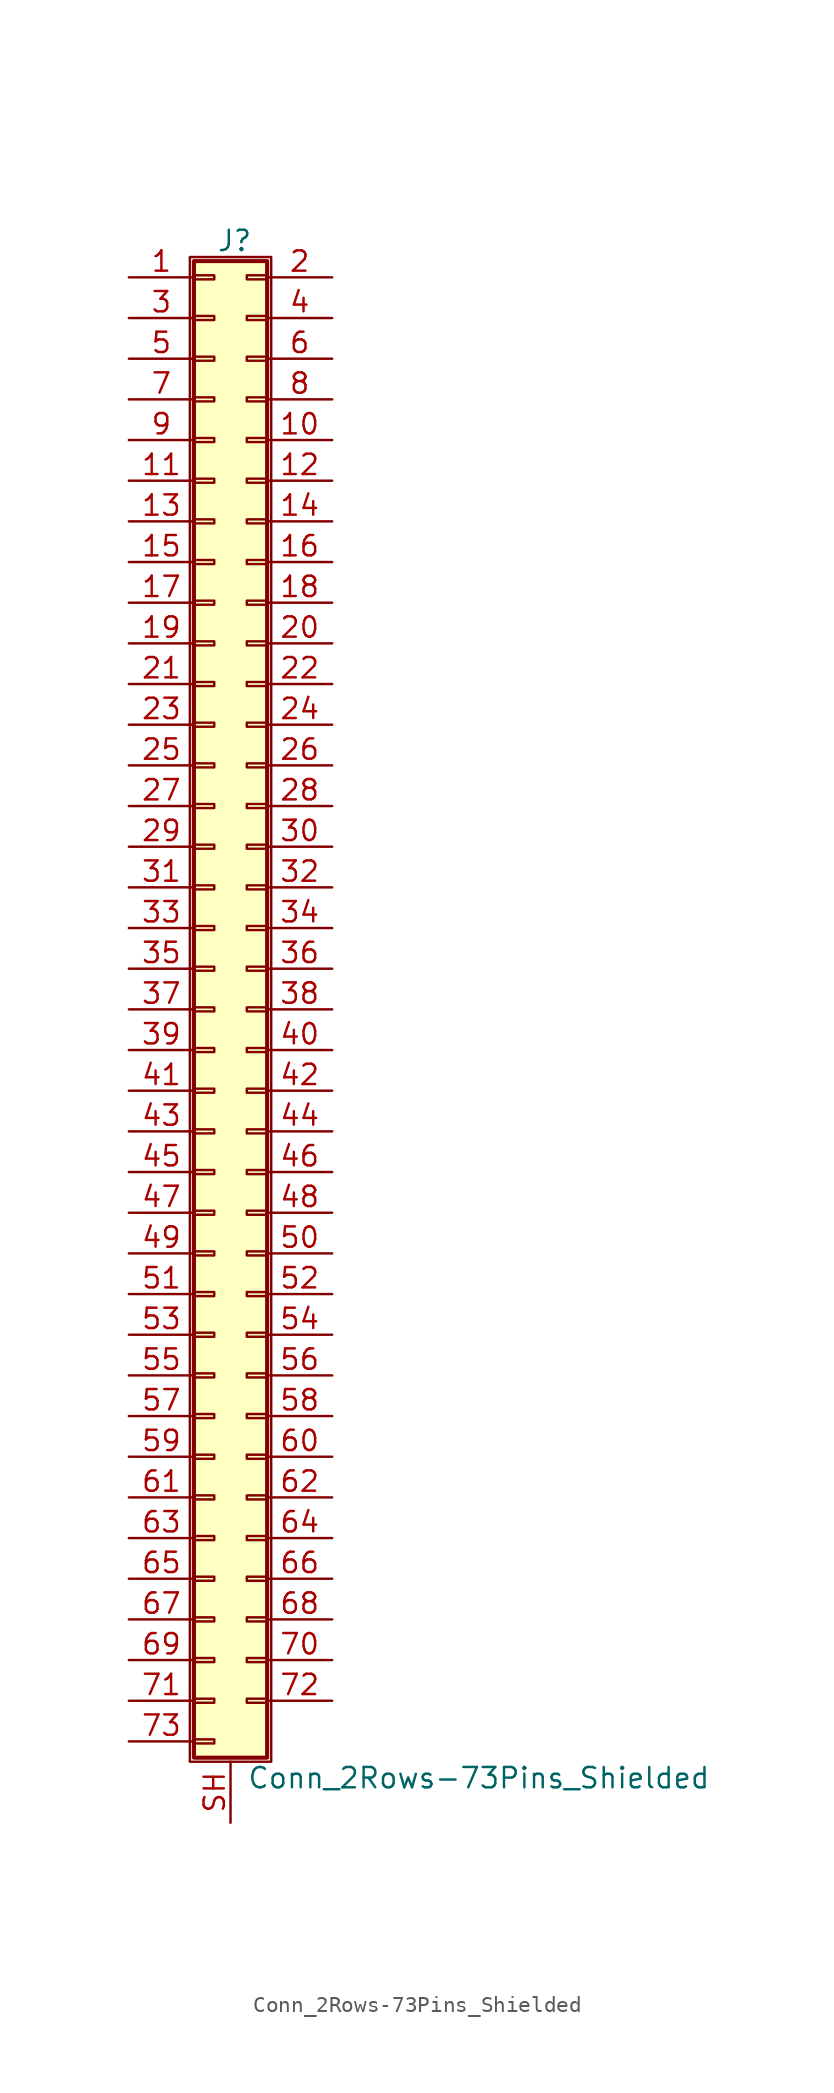
<source format=kicad_sym>
(kicad_symbol_lib
  (version 20201005)
  (generator kicad_symbol_editor)
  (symbol "Conn_2Rows-73Pins_Shielded"
    (pin_names
      (offset 1.016) hide)
    (property "Reference" "J"
      (at 1.524 48.006 0)
      (effects (font (size 1.27 1.27))))
    (property "Value" "Conn_2Rows-73Pins_Shielded"
      (at 2.286 -48.006 0)
      (effects (font (size 1.27 1.27)) (justify left)))
    (symbol "Conn_2Rows-73Pins_Shielded_1_1"
      (rectangle (start -1.27 46.99) (end 3.81 -46.99) (stroke (width 0.152)) (fill (type none)))
      (rectangle (start -1.016 -45.593) (end 0.254 -45.847) (stroke (width 0.152)) (fill (type none)))
      (rectangle (start -1.016 -43.053) (end 0.254 -43.307) (stroke (width 0.152)) (fill (type none)))
      (rectangle (start -1.016 -40.513) (end 0.254 -40.767) (stroke (width 0.152)) (fill (type none)))
      (rectangle (start -1.016 -37.973) (end 0.254 -38.227) (stroke (width 0.152)) (fill (type none)))
      (rectangle (start -1.016 -35.433) (end 0.254 -35.687) (stroke (width 0.152)) (fill (type none)))
      (rectangle (start -1.016 -32.893) (end 0.254 -33.147) (stroke (width 0.152)) (fill (type none)))
      (rectangle (start -1.016 -30.353) (end 0.254 -30.607) (stroke (width 0.152)) (fill (type none)))
      (rectangle (start -1.016 -27.813) (end 0.254 -28.067) (stroke (width 0.152)) (fill (type none)))
      (rectangle (start -1.016 -25.273) (end 0.254 -25.527) (stroke (width 0.152)) (fill (type none)))
      (rectangle (start -1.016 -22.733) (end 0.254 -22.987) (stroke (width 0.152)) (fill (type none)))
      (rectangle (start -1.016 -20.193) (end 0.254 -20.447) (stroke (width 0.152)) (fill (type none)))
      (rectangle (start -1.016 -17.653) (end 0.254 -17.907) (stroke (width 0.152)) (fill (type none)))
      (rectangle (start -1.016 -15.113) (end 0.254 -15.367) (stroke (width 0.152)) (fill (type none)))
      (rectangle (start -1.016 -12.573) (end 0.254 -12.827) (stroke (width 0.152)) (fill (type none)))
      (rectangle (start -1.016 -10.033) (end 0.254 -10.287) (stroke (width 0.152)) (fill (type none)))
      (rectangle (start -1.016 -7.493) (end 0.254 -7.747) (stroke (width 0.152)) (fill (type none)))
      (rectangle (start -1.016 -4.953) (end 0.254 -5.207) (stroke (width 0.152)) (fill (type none)))
      (rectangle (start -1.016 -2.413) (end 0.254 -2.667) (stroke (width 0.152)) (fill (type none)))
      (rectangle (start -1.016 0.127) (end 0.254 -0.127) (stroke (width 0.152)) (fill (type none)))
      (rectangle (start -1.016 2.667) (end 0.254 2.413) (stroke (width 0.152)) (fill (type none)))
      (rectangle (start -1.016 5.207) (end 0.254 4.953) (stroke (width 0.152)) (fill (type none)))
      (rectangle (start -1.016 7.747) (end 0.254 7.493) (stroke (width 0.152)) (fill (type none)))
      (rectangle (start -1.016 10.287) (end 0.254 10.033) (stroke (width 0.152)) (fill (type none)))
      (rectangle (start -1.016 12.827) (end 0.254 12.573) (stroke (width 0.152)) (fill (type none)))
      (rectangle (start -1.016 15.367) (end 0.254 15.113) (stroke (width 0.152)) (fill (type none)))
      (rectangle (start -1.016 17.907) (end 0.254 17.653) (stroke (width 0.152)) (fill (type none)))
      (rectangle (start -1.016 20.447) (end 0.254 20.193) (stroke (width 0.152)) (fill (type none)))
      (rectangle (start -1.016 22.987) (end 0.254 22.733) (stroke (width 0.152)) (fill (type none)))
      (rectangle (start -1.016 25.527) (end 0.254 25.273) (stroke (width 0.152)) (fill (type none)))
      (rectangle (start -1.016 28.067) (end 0.254 27.813) (stroke (width 0.152)) (fill (type none)))
      (rectangle (start -1.016 30.607) (end 0.254 30.353) (stroke (width 0.152)) (fill (type none)))
      (rectangle (start -1.016 33.147) (end 0.254 32.893) (stroke (width 0.152)) (fill (type none)))
      (rectangle (start -1.016 35.687) (end 0.254 35.433) (stroke (width 0.152)) (fill (type none)))
      (rectangle (start -1.016 38.227) (end 0.254 37.973) (stroke (width 0.152)) (fill (type none)))
      (rectangle (start -1.016 40.767) (end 0.254 40.513) (stroke (width 0.152)) (fill (type none)))
      (rectangle (start -1.016 43.307) (end 0.254 43.053) (stroke (width 0.152)) (fill (type none)))
      (rectangle (start -1.016 45.847) (end 0.254 45.593) (stroke (width 0.152)) (fill (type none)))
      (rectangle (start 3.556 -43.053) (end 2.286 -43.307) (stroke (width 0.152)) (fill (type none)))
      (rectangle (start 3.556 -40.513) (end 2.286 -40.767) (stroke (width 0.152)) (fill (type none)))
      (rectangle (start 3.556 -37.973) (end 2.286 -38.227) (stroke (width 0.152)) (fill (type none)))
      (rectangle (start 3.556 -35.433) (end 2.286 -35.687) (stroke (width 0.152)) (fill (type none)))
      (rectangle (start 3.556 -32.893) (end 2.286 -33.147) (stroke (width 0.152)) (fill (type none)))
      (rectangle (start 3.556 -30.353) (end 2.286 -30.607) (stroke (width 0.152)) (fill (type none)))
      (rectangle (start 3.556 -27.813) (end 2.286 -28.067) (stroke (width 0.152)) (fill (type none)))
      (rectangle (start 3.556 -25.273) (end 2.286 -25.527) (stroke (width 0.152)) (fill (type none)))
      (rectangle (start 3.556 -22.733) (end 2.286 -22.987) (stroke (width 0.152)) (fill (type none)))
      (rectangle (start 3.556 -20.193) (end 2.286 -20.447) (stroke (width 0.152)) (fill (type none)))
      (rectangle (start 3.556 -17.653) (end 2.286 -17.907) (stroke (width 0.152)) (fill (type none)))
      (rectangle (start 3.556 -15.113) (end 2.286 -15.367) (stroke (width 0.152)) (fill (type none)))
      (rectangle (start 3.556 -12.573) (end 2.286 -12.827) (stroke (width 0.152)) (fill (type none)))
      (rectangle (start 3.556 -10.033) (end 2.286 -10.287) (stroke (width 0.152)) (fill (type none)))
      (rectangle (start 3.556 -7.493) (end 2.286 -7.747) (stroke (width 0.152)) (fill (type none)))
      (rectangle (start 3.556 -4.953) (end 2.286 -5.207) (stroke (width 0.152)) (fill (type none)))
      (rectangle (start 3.556 -2.413) (end 2.286 -2.667) (stroke (width 0.152)) (fill (type none)))
      (rectangle (start 3.556 0.127) (end 2.286 -0.127) (stroke (width 0.152)) (fill (type none)))
      (rectangle (start 3.556 2.667) (end 2.286 2.413) (stroke (width 0.152)) (fill (type none)))
      (rectangle (start 3.556 5.207) (end 2.286 4.953) (stroke (width 0.152)) (fill (type none)))
      (rectangle (start 3.556 7.747) (end 2.286 7.493) (stroke (width 0.152)) (fill (type none)))
      (rectangle (start 3.556 10.287) (end 2.286 10.033) (stroke (width 0.152)) (fill (type none)))
      (rectangle (start 3.556 12.827) (end 2.286 12.573) (stroke (width 0.152)) (fill (type none)))
      (rectangle (start 3.556 15.367) (end 2.286 15.113) (stroke (width 0.152)) (fill (type none)))
      (rectangle (start 3.556 17.907) (end 2.286 17.653) (stroke (width 0.152)) (fill (type none)))
      (rectangle (start 3.556 20.447) (end 2.286 20.193) (stroke (width 0.152)) (fill (type none)))
      (rectangle (start 3.556 22.987) (end 2.286 22.733) (stroke (width 0.152)) (fill (type none)))
      (rectangle (start 3.556 25.527) (end 2.286 25.273) (stroke (width 0.152)) (fill (type none)))
      (rectangle (start 3.556 28.067) (end 2.286 27.813) (stroke (width 0.152)) (fill (type none)))
      (rectangle (start 3.556 30.607) (end 2.286 30.353) (stroke (width 0.152)) (fill (type none)))
      (rectangle (start 3.556 33.147) (end 2.286 32.893) (stroke (width 0.152)) (fill (type none)))
      (rectangle (start 3.556 35.687) (end 2.286 35.433) (stroke (width 0.152)) (fill (type none)))
      (rectangle (start 3.556 38.227) (end 2.286 37.973) (stroke (width 0.152)) (fill (type none)))
      (rectangle (start 3.556 40.767) (end 2.286 40.513) (stroke (width 0.152)) (fill (type none)))
      (rectangle (start 3.556 43.307) (end 2.286 43.053) (stroke (width 0.152)) (fill (type none)))
      (rectangle (start 3.556 45.847) (end 2.286 45.593) (stroke (width 0.152)) (fill (type none)))
      (rectangle (start -1.016 46.736) (end 3.556 -46.736) (stroke (width 0.254)) (fill (type background)))
      (pin passive line (at -5.08 45.72 0) (length 4.064) (name "Pin_1" (effects (font (size 1.27 1.27)))) (number "1" (effects (font (size 1.27 1.27)))))
      (pin passive line (at 7.62 35.56 180) (length 4.064) (name "Pin_10" (effects (font (size 1.27 1.27)))) (number "10" (effects (font (size 1.27 1.27)))))
      (pin passive line (at -5.08 33.02 0) (length 4.064) (name "Pin_11" (effects (font (size 1.27 1.27)))) (number "11" (effects (font (size 1.27 1.27)))))
      (pin passive line (at 7.62 33.02 180) (length 4.064) (name "Pin_12" (effects (font (size 1.27 1.27)))) (number "12" (effects (font (size 1.27 1.27)))))
      (pin passive line (at -5.08 30.48 0) (length 4.064) (name "Pin_13" (effects (font (size 1.27 1.27)))) (number "13" (effects (font (size 1.27 1.27)))))
      (pin passive line (at 7.62 30.48 180) (length 4.064) (name "Pin_14" (effects (font (size 1.27 1.27)))) (number "14" (effects (font (size 1.27 1.27)))))
      (pin passive line (at -5.08 27.94 0) (length 4.064) (name "Pin_15" (effects (font (size 1.27 1.27)))) (number "15" (effects (font (size 1.27 1.27)))))
      (pin passive line (at 7.62 27.94 180) (length 4.064) (name "Pin_16" (effects (font (size 1.27 1.27)))) (number "16" (effects (font (size 1.27 1.27)))))
      (pin passive line (at -5.08 25.4 0) (length 4.064) (name "Pin_17" (effects (font (size 1.27 1.27)))) (number "17" (effects (font (size 1.27 1.27)))))
      (pin passive line (at 7.62 25.4 180) (length 4.064) (name "Pin_18" (effects (font (size 1.27 1.27)))) (number "18" (effects (font (size 1.27 1.27)))))
      (pin passive line (at -5.08 22.86 0) (length 4.064) (name "Pin_19" (effects (font (size 1.27 1.27)))) (number "19" (effects (font (size 1.27 1.27)))))
      (pin passive line (at 7.62 45.72 180) (length 4.064) (name "Pin_2" (effects (font (size 1.27 1.27)))) (number "2" (effects (font (size 1.27 1.27)))))
      (pin passive line (at 7.62 22.86 180) (length 4.064) (name "Pin_20" (effects (font (size 1.27 1.27)))) (number "20" (effects (font (size 1.27 1.27)))))
      (pin passive line (at -5.08 20.32 0) (length 4.064) (name "Pin_21" (effects (font (size 1.27 1.27)))) (number "21" (effects (font (size 1.27 1.27)))))
      (pin passive line (at 7.62 20.32 180) (length 4.064) (name "Pin_22" (effects (font (size 1.27 1.27)))) (number "22" (effects (font (size 1.27 1.27)))))
      (pin passive line (at -5.08 17.78 0) (length 4.064) (name "Pin_23" (effects (font (size 1.27 1.27)))) (number "23" (effects (font (size 1.27 1.27)))))
      (pin passive line (at 7.62 17.78 180) (length 4.064) (name "Pin_24" (effects (font (size 1.27 1.27)))) (number "24" (effects (font (size 1.27 1.27)))))
      (pin passive line (at -5.08 15.24 0) (length 4.064) (name "Pin_25" (effects (font (size 1.27 1.27)))) (number "25" (effects (font (size 1.27 1.27)))))
      (pin passive line (at 7.62 15.24 180) (length 4.064) (name "Pin_26" (effects (font (size 1.27 1.27)))) (number "26" (effects (font (size 1.27 1.27)))))
      (pin passive line (at -5.08 12.7 0) (length 4.064) (name "Pin_27" (effects (font (size 1.27 1.27)))) (number "27" (effects (font (size 1.27 1.27)))))
      (pin passive line (at 7.62 12.7 180) (length 4.064) (name "Pin_28" (effects (font (size 1.27 1.27)))) (number "28" (effects (font (size 1.27 1.27)))))
      (pin passive line (at -5.08 10.16 0) (length 4.064) (name "Pin_29" (effects (font (size 1.27 1.27)))) (number "29" (effects (font (size 1.27 1.27)))))
      (pin passive line (at -5.08 43.18 0) (length 4.064) (name "Pin_3" (effects (font (size 1.27 1.27)))) (number "3" (effects (font (size 1.27 1.27)))))
      (pin passive line (at 7.62 10.16 180) (length 4.064) (name "Pin_30" (effects (font (size 1.27 1.27)))) (number "30" (effects (font (size 1.27 1.27)))))
      (pin passive line (at -5.08 7.62 0) (length 4.064) (name "Pin_31" (effects (font (size 1.27 1.27)))) (number "31" (effects (font (size 1.27 1.27)))))
      (pin passive line (at 7.62 7.62 180) (length 4.064) (name "Pin_32" (effects (font (size 1.27 1.27)))) (number "32" (effects (font (size 1.27 1.27)))))
      (pin passive line (at -5.08 5.08 0) (length 4.064) (name "Pin_33" (effects (font (size 1.27 1.27)))) (number "33" (effects (font (size 1.27 1.27)))))
      (pin passive line (at 7.62 5.08 180) (length 4.064) (name "Pin_34" (effects (font (size 1.27 1.27)))) (number "34" (effects (font (size 1.27 1.27)))))
      (pin passive line (at -5.08 2.54 0) (length 4.064) (name "Pin_35" (effects (font (size 1.27 1.27)))) (number "35" (effects (font (size 1.27 1.27)))))
      (pin passive line (at 7.62 2.54 180) (length 4.064) (name "Pin_36" (effects (font (size 1.27 1.27)))) (number "36" (effects (font (size 1.27 1.27)))))
      (pin passive line (at -5.08 0 0) (length 4.064) (name "Pin_37" (effects (font (size 1.27 1.27)))) (number "37" (effects (font (size 1.27 1.27)))))
      (pin passive line (at 7.62 0 180) (length 4.064) (name "Pin_38" (effects (font (size 1.27 1.27)))) (number "38" (effects (font (size 1.27 1.27)))))
      (pin passive line (at -5.08 -2.54 0) (length 4.064) (name "Pin_39" (effects (font (size 1.27 1.27)))) (number "39" (effects (font (size 1.27 1.27)))))
      (pin passive line (at 7.62 43.18 180) (length 4.064) (name "Pin_4" (effects (font (size 1.27 1.27)))) (number "4" (effects (font (size 1.27 1.27)))))
      (pin passive line (at 7.62 -2.54 180) (length 4.064) (name "Pin_40" (effects (font (size 1.27 1.27)))) (number "40" (effects (font (size 1.27 1.27)))))
      (pin passive line (at -5.08 -5.08 0) (length 4.064) (name "Pin_41" (effects (font (size 1.27 1.27)))) (number "41" (effects (font (size 1.27 1.27)))))
      (pin passive line (at 7.62 -5.08 180) (length 4.064) (name "Pin_42" (effects (font (size 1.27 1.27)))) (number "42" (effects (font (size 1.27 1.27)))))
      (pin passive line (at -5.08 -7.62 0) (length 4.064) (name "Pin_43" (effects (font (size 1.27 1.27)))) (number "43" (effects (font (size 1.27 1.27)))))
      (pin passive line (at 7.62 -7.62 180) (length 4.064) (name "Pin_44" (effects (font (size 1.27 1.27)))) (number "44" (effects (font (size 1.27 1.27)))))
      (pin passive line (at -5.08 -10.16 0) (length 4.064) (name "Pin_45" (effects (font (size 1.27 1.27)))) (number "45" (effects (font (size 1.27 1.27)))))
      (pin passive line (at 7.62 -10.16 180) (length 4.064) (name "Pin_46" (effects (font (size 1.27 1.27)))) (number "46" (effects (font (size 1.27 1.27)))))
      (pin passive line (at -5.08 -12.7 0) (length 4.064) (name "Pin_47" (effects (font (size 1.27 1.27)))) (number "47" (effects (font (size 1.27 1.27)))))
      (pin passive line (at 7.62 -12.7 180) (length 4.064) (name "Pin_48" (effects (font (size 1.27 1.27)))) (number "48" (effects (font (size 1.27 1.27)))))
      (pin passive line (at -5.08 -15.24 0) (length 4.064) (name "Pin_49" (effects (font (size 1.27 1.27)))) (number "49" (effects (font (size 1.27 1.27)))))
      (pin passive line (at -5.08 40.64 0) (length 4.064) (name "Pin_5" (effects (font (size 1.27 1.27)))) (number "5" (effects (font (size 1.27 1.27)))))
      (pin passive line (at 7.62 -15.24 180) (length 4.064) (name "Pin_50" (effects (font (size 1.27 1.27)))) (number "50" (effects (font (size 1.27 1.27)))))
      (pin passive line (at -5.08 -17.78 0) (length 4.064) (name "Pin_51" (effects (font (size 1.27 1.27)))) (number "51" (effects (font (size 1.27 1.27)))))
      (pin passive line (at 7.62 -17.78 180) (length 4.064) (name "Pin_52" (effects (font (size 1.27 1.27)))) (number "52" (effects (font (size 1.27 1.27)))))
      (pin passive line (at -5.08 -20.32 0) (length 4.064) (name "Pin_53" (effects (font (size 1.27 1.27)))) (number "53" (effects (font (size 1.27 1.27)))))
      (pin passive line (at 7.62 -20.32 180) (length 4.064) (name "Pin_54" (effects (font (size 1.27 1.27)))) (number "54" (effects (font (size 1.27 1.27)))))
      (pin passive line (at -5.08 -22.86 0) (length 4.064) (name "Pin_55" (effects (font (size 1.27 1.27)))) (number "55" (effects (font (size 1.27 1.27)))))
      (pin passive line (at 7.62 -22.86 180) (length 4.064) (name "Pin_56" (effects (font (size 1.27 1.27)))) (number "56" (effects (font (size 1.27 1.27)))))
      (pin passive line (at -5.08 -25.4 0) (length 4.064) (name "Pin_57" (effects (font (size 1.27 1.27)))) (number "57" (effects (font (size 1.27 1.27)))))
      (pin passive line (at 7.62 -25.4 180) (length 4.064) (name "Pin_58" (effects (font (size 1.27 1.27)))) (number "58" (effects (font (size 1.27 1.27)))))
      (pin passive line (at -5.08 -27.94 0) (length 4.064) (name "Pin_59" (effects (font (size 1.27 1.27)))) (number "59" (effects (font (size 1.27 1.27)))))
      (pin passive line (at 7.62 40.64 180) (length 4.064) (name "Pin_6" (effects (font (size 1.27 1.27)))) (number "6" (effects (font (size 1.27 1.27)))))
      (pin passive line (at 7.62 -27.94 180) (length 4.064) (name "Pin_60" (effects (font (size 1.27 1.27)))) (number "60" (effects (font (size 1.27 1.27)))))
      (pin passive line (at -5.08 -30.48 0) (length 4.064) (name "Pin_61" (effects (font (size 1.27 1.27)))) (number "61" (effects (font (size 1.27 1.27)))))
      (pin passive line (at 7.62 -30.48 180) (length 4.064) (name "Pin_62" (effects (font (size 1.27 1.27)))) (number "62" (effects (font (size 1.27 1.27)))))
      (pin passive line (at -5.08 -33.02 0) (length 4.064) (name "Pin_63" (effects (font (size 1.27 1.27)))) (number "63" (effects (font (size 1.27 1.27)))))
      (pin passive line (at 7.62 -33.02 180) (length 4.064) (name "Pin_64" (effects (font (size 1.27 1.27)))) (number "64" (effects (font (size 1.27 1.27)))))
      (pin passive line (at -5.08 -35.56 0) (length 4.064) (name "Pin_65" (effects (font (size 1.27 1.27)))) (number "65" (effects (font (size 1.27 1.27)))))
      (pin passive line (at 7.62 -35.56 180) (length 4.064) (name "Pin_66" (effects (font (size 1.27 1.27)))) (number "66" (effects (font (size 1.27 1.27)))))
      (pin passive line (at -5.08 -38.1 0) (length 4.064) (name "Pin_67" (effects (font (size 1.27 1.27)))) (number "67" (effects (font (size 1.27 1.27)))))
      (pin passive line (at 7.62 -38.1 180) (length 4.064) (name "Pin_68" (effects (font (size 1.27 1.27)))) (number "68" (effects (font (size 1.27 1.27)))))
      (pin passive line (at -5.08 -40.64 0) (length 4.064) (name "Pin_69" (effects (font (size 1.27 1.27)))) (number "69" (effects (font (size 1.27 1.27)))))
      (pin passive line (at -5.08 38.1 0) (length 4.064) (name "Pin_7" (effects (font (size 1.27 1.27)))) (number "7" (effects (font (size 1.27 1.27)))))
      (pin passive line (at 7.62 -40.64 180) (length 4.064) (name "Pin_70" (effects (font (size 1.27 1.27)))) (number "70" (effects (font (size 1.27 1.27)))))
      (pin passive line (at -5.08 -43.18 0) (length 4.064) (name "Pin_71" (effects (font (size 1.27 1.27)))) (number "71" (effects (font (size 1.27 1.27)))))
      (pin passive line (at 7.62 -43.18 180) (length 4.064) (name "Pin_72" (effects (font (size 1.27 1.27)))) (number "72" (effects (font (size 1.27 1.27)))))
      (pin passive line (at -5.08 -45.72 0) (length 4.064) (name "Pin_73" (effects (font (size 1.27 1.27)))) (number "73" (effects (font (size 1.27 1.27)))))
      (pin passive line (at 7.62 38.1 180) (length 4.064) (name "Pin_8" (effects (font (size 1.27 1.27)))) (number "8" (effects (font (size 1.27 1.27)))))
      (pin passive line (at -5.08 35.56 0) (length 4.064) (name "Pin_9" (effects (font (size 1.27 1.27)))) (number "9" (effects (font (size 1.27 1.27)))))
      (pin passive line (at 1.27 -50.8 90) (length 3.81) (name "Shield" (effects (font (size 1.27 1.27)))) (number "SH" (effects (font (size 1.27 1.27))))))))
</source>
